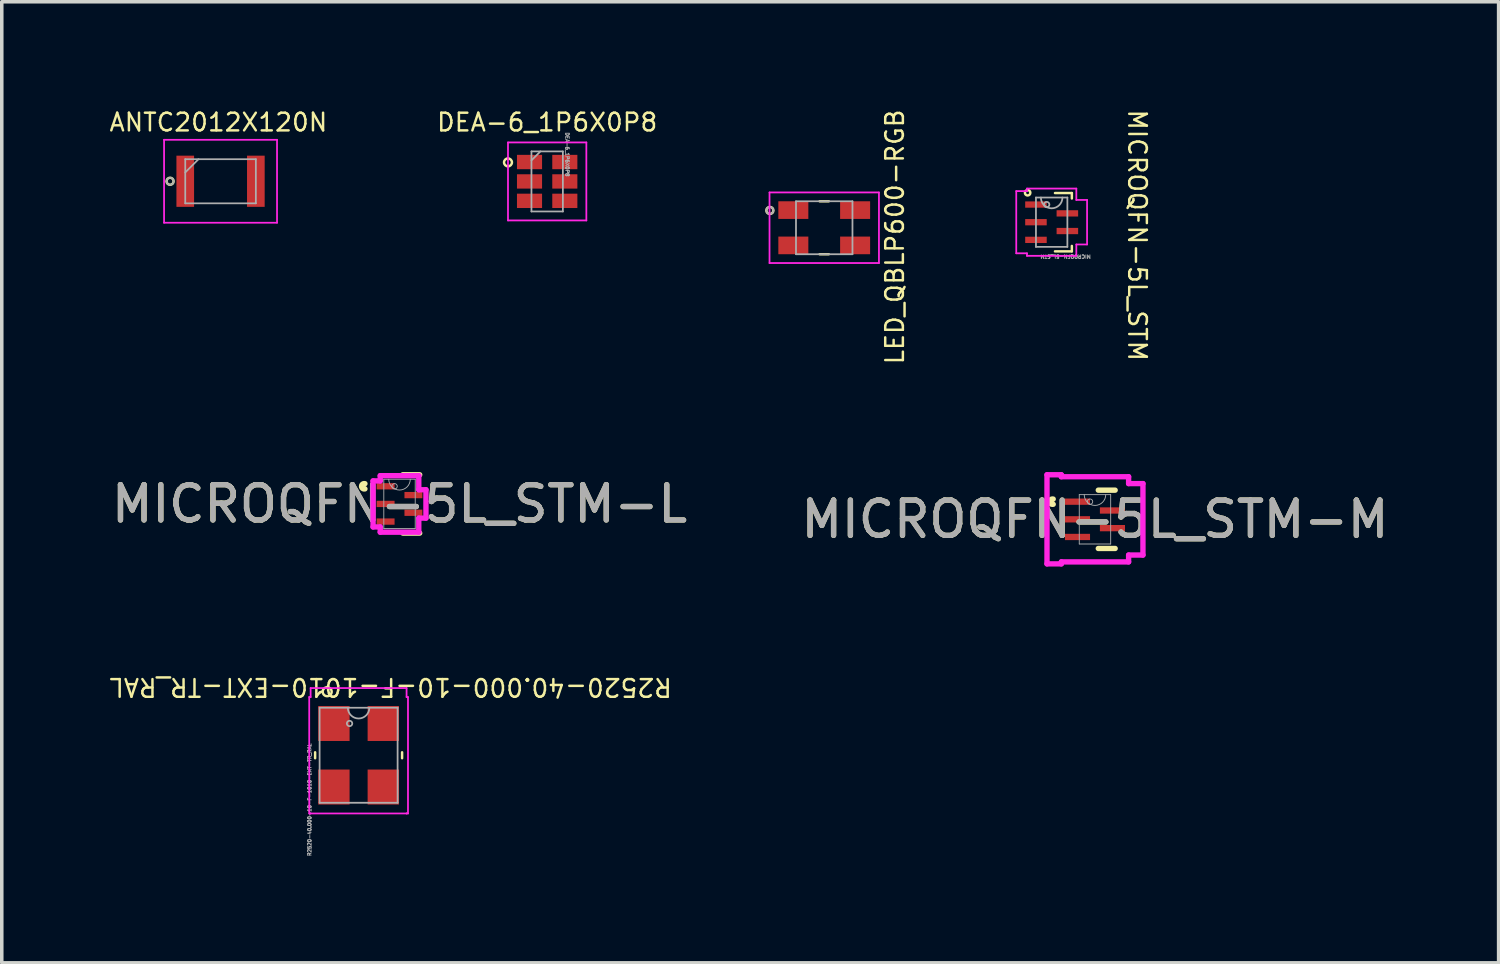
<source format=kicad_pcb>
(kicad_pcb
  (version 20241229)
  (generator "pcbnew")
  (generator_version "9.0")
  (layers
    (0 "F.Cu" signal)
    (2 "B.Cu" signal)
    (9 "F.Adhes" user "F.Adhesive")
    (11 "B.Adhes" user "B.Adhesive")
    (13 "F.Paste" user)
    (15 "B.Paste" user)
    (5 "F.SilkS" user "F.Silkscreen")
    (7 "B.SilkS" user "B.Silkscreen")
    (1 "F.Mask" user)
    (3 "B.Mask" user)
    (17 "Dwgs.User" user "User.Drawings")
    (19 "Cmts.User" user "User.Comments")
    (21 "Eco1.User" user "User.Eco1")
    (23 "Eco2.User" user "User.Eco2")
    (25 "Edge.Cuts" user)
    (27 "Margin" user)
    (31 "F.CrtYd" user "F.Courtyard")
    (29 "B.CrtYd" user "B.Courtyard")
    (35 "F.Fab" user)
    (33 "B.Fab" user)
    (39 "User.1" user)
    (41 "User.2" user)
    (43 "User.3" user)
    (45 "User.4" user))
  (footprint "ANTC2012X120N"
    (layer "F.Cu")
    (at 3.198 2.085)
    (property "Reference" "ANTC2012X120N" (at -0.06 -1.67 0) (unlocked yes) (layer "F.SilkS") (effects (font (size 0.5 0.5) (thickness 0.07))))
    (attr smd)
    (fp_circle (center -1.43 0) (end -1.33 0) (stroke (width 0.07) (type solid)) (fill no) (layer "F.SilkS"))
    (fp_line (start -1.6 -1.175) (end 1.6 -1.175) (stroke (width 0.05) (type solid)) (layer "F.CrtYd"))
    (fp_line (start -1.6 1.175) (end -1.6 -1.175) (stroke (width 0.05) (type solid)) (layer "F.CrtYd"))
    (fp_line (start 1.6 -1.175) (end 1.6 1.175) (stroke (width 0.05) (type solid)) (layer "F.CrtYd"))
    (fp_line (start 1.6 1.175) (end -1.6 1.175) (stroke (width 0.05) (type solid)) (layer "F.CrtYd"))
    (fp_line (start -1 -0.625) (end 1 -0.625) (stroke (width 0.05) (type solid)) (layer "F.Fab"))
    (fp_line (start -1 -0.25) (end -0.625 -0.625) (stroke (width 0.05) (type solid)) (layer "F.Fab"))
    (fp_line (start -1 0.625) (end -1 -0.625) (stroke (width 0.05) (type solid)) (layer "F.Fab"))
    (fp_line (start 1 -0.625) (end 1 0.625) (stroke (width 0.05) (type solid)) (layer "F.Fab"))
    (fp_line (start 1 0.625) (end -1 0.625) (stroke (width 0.05) (type solid)) (layer "F.Fab"))
    (fp_circle (center -1.43 0) (end -1.33 0) (stroke (width 0.05) (type solid)) (fill no) (layer "F.Fab"))
    (pad "1" smd rect (at -1 0) (size 0.5 1.45) (layers "F.Cu" "F.Mask" "F.Paste"))
    (pad "2" smd rect (at 1 0) (size 0.5 1.45) (layers "F.Cu" "F.Mask" "F.Paste")))
  (footprint "MICROQFN-5L_STM-L"
    (layer "F.Cu")
    (at 8.268 11.226)
    (property "Reference" "MICROQFN-5L_STM-L" (at 0 0 0) (unlocked yes) (layer "F.SilkS") (effects (font (size 1 1) (thickness 0.15))))
    (attr smd)
    (fp_line (start 0.094 0.826) (end 0.572 0.826) (stroke (width 0.152) (type solid)) (layer "F.SilkS"))
    (fp_line (start 0.572 -0.826) (end 0.094 -0.826) (stroke (width 0.152) (type solid)) (layer "F.SilkS"))
    (fp_arc (start -0.98044 -0.426171) (mid -1.0755 -0.5) (end -0.98044 -0.573829) (stroke (width 0.1524) (type solid)) (layer "F.SilkS"))
    (fp_line (start -0.749 -0.652) (end -0.546 -0.652) (stroke (width 0.152) (type solid)) (layer "F.CrtYd"))
    (fp_line (start -0.749 0.652) (end -0.749 -0.652) (stroke (width 0.152) (type solid)) (layer "F.CrtYd"))
    (fp_line (start -0.546 -0.8) (end 0.546 -0.8) (stroke (width 0.152) (type solid)) (layer "F.CrtYd"))
    (fp_line (start -0.546 -0.652) (end -0.546 -0.8) (stroke (width 0.152) (type solid)) (layer "F.CrtYd"))
    (fp_line (start -0.546 0.652) (end -0.749 0.652) (stroke (width 0.152) (type solid)) (layer "F.CrtYd"))
    (fp_line (start -0.546 0.8) (end -0.546 0.652) (stroke (width 0.152) (type solid)) (layer "F.CrtYd"))
    (fp_line (start 0.546 -0.8) (end 0.546 -0.402) (stroke (width 0.152) (type solid)) (layer "F.CrtYd"))
    (fp_line (start 0.546 -0.402) (end 0.749 -0.402) (stroke (width 0.152) (type solid)) (layer "F.CrtYd"))
    (fp_line (start 0.546 0.402) (end 0.546 0.8) (stroke (width 0.152) (type solid)) (layer "F.CrtYd"))
    (fp_line (start 0.546 0.8) (end -0.546 0.8) (stroke (width 0.152) (type solid)) (layer "F.CrtYd"))
    (fp_line (start 0.749 -0.402) (end 0.749 0.402) (stroke (width 0.152) (type solid)) (layer "F.CrtYd"))
    (fp_line (start 0.749 0.402) (end 0.546 0.402) (stroke (width 0.152) (type solid)) (layer "F.CrtYd"))
    (fp_line (start -0.445 -0.699) (end -0.445 0.699) (stroke (width 0.025) (type solid)) (layer "F.Fab"))
    (fp_line (start -0.445 0.699) (end 0.445 0.699) (stroke (width 0.025) (type solid)) (layer "F.Fab"))
    (fp_line (start 0.445 -0.699) (end -0.445 -0.699) (stroke (width 0.025) (type solid)) (layer "F.Fab"))
    (fp_line (start 0.445 0.699) (end 0.445 -0.699) (stroke (width 0.025) (type solid)) (layer "F.Fab"))
    (fp_arc (start 0.3048 -0.6985) (mid 0 -0.3937) (end -0.3048 -0.6985) (stroke (width 0.0254) (type solid)) (layer "F.Fab"))
    (fp_circle (center -0.14 -0.5) (end -0.064 -0.5) (stroke (width 0.025) (type solid)) (fill no) (layer "F.Fab"))
    (fp_text user "${REFERENCE}" (at 0 0 0) (unlocked yes) (layer "F.Fab") (effects (font (size 1 1) (thickness 0.15))))
    (pad "1" smd rect (at -0.394 -0.5) (size 0.508 0.178) (layers "F.Cu" "F.Mask" "F.Paste"))
    (pad "2" smd rect (at -0.394 0) (size 0.508 0.178) (layers "F.Cu" "F.Mask" "F.Paste"))
    (pad "3" smd rect (at -0.394 0.5) (size 0.508 0.178) (layers "F.Cu" "F.Mask" "F.Paste"))
    (pad "4" smd rect (at 0.394 0.25) (size 0.508 0.178) (layers "F.Cu" "F.Mask" "F.Paste"))
    (pad "5" smd rect (at 0.394 -0.25) (size 0.508 0.178) (layers "F.Cu" "F.Mask" "F.Paste")))
  (footprint "MICROQFN-5L_STM-M"
    (layer "F.Cu")
    (at 27.97 11.662)
    (property "Reference" "MICROQFN-5L_STM-M" (at 0 0 0) (unlocked yes) (layer "F.SilkS") (effects (font (size 1 1) (thickness 0.15))))
    (attr smd)
    (fp_line (start 0.094 0.826) (end 0.572 0.826) (stroke (width 0.152) (type solid)) (layer "F.SilkS"))
    (fp_line (start 0.572 -0.826) (end 0.094 -0.826) (stroke (width 0.152) (type solid)) (layer "F.SilkS"))
    (fp_arc (start -1.18364 -0.426171) (mid -1.2787 -0.5) (end -1.18364 -0.573829) (stroke (width 0.1524) (type solid)) (layer "F.SilkS"))
    (fp_line (start -1.359 -1.262) (end -0.953 -1.262) (stroke (width 0.152) (type solid)) (layer "F.CrtYd"))
    (fp_line (start -1.359 1.262) (end -1.359 -1.262) (stroke (width 0.152) (type solid)) (layer "F.CrtYd"))
    (fp_line (start -0.953 -1.262) (end -0.953 -1.206) (stroke (width 0.152) (type solid)) (layer "F.CrtYd"))
    (fp_line (start -0.953 -1.206) (end 0.953 -1.206) (stroke (width 0.152) (type solid)) (layer "F.CrtYd"))
    (fp_line (start -0.953 1.206) (end -0.953 1.262) (stroke (width 0.152) (type solid)) (layer "F.CrtYd"))
    (fp_line (start -0.953 1.262) (end -1.359 1.262) (stroke (width 0.152) (type solid)) (layer "F.CrtYd"))
    (fp_line (start 0.953 -1.206) (end 0.953 -1.012) (stroke (width 0.152) (type solid)) (layer "F.CrtYd"))
    (fp_line (start 0.953 -1.012) (end 1.359 -1.012) (stroke (width 0.152) (type solid)) (layer "F.CrtYd"))
    (fp_line (start 0.953 1.012) (end 0.953 1.206) (stroke (width 0.152) (type solid)) (layer "F.CrtYd"))
    (fp_line (start 0.953 1.206) (end -0.953 1.206) (stroke (width 0.152) (type solid)) (layer "F.CrtYd"))
    (fp_line (start 1.359 -1.012) (end 1.359 1.012) (stroke (width 0.152) (type solid)) (layer "F.CrtYd"))
    (fp_line (start 1.359 1.012) (end 0.953 1.012) (stroke (width 0.152) (type solid)) (layer "F.CrtYd"))
    (fp_line (start -0.445 -0.699) (end -0.445 0.699) (stroke (width 0.025) (type solid)) (layer "F.Fab"))
    (fp_line (start -0.445 0.699) (end 0.445 0.699) (stroke (width 0.025) (type solid)) (layer "F.Fab"))
    (fp_line (start 0.445 -0.699) (end -0.445 -0.699) (stroke (width 0.025) (type solid)) (layer "F.Fab"))
    (fp_line (start 0.445 0.699) (end 0.445 -0.699) (stroke (width 0.025) (type solid)) (layer "F.Fab"))
    (fp_arc (start 0.3048 -0.6985) (mid 0 -0.3937) (end -0.3048 -0.6985) (stroke (width 0.0254) (type solid)) (layer "F.Fab"))
    (fp_circle (center -0.14 -0.5) (end -0.064 -0.5) (stroke (width 0.025) (type solid)) (fill no) (layer "F.Fab"))
    (fp_text user "${REFERENCE}" (at 0 0 0) (unlocked yes) (layer "F.Fab") (effects (font (size 1 1) (thickness 0.15))))
    (pad "1" smd rect (at -0.495 -0.5) (size 0.711 0.178) (layers "F.Cu" "F.Mask" "F.Paste"))
    (pad "2" smd rect (at -0.495 0) (size 0.711 0.178) (layers "F.Cu" "F.Mask" "F.Paste"))
    (pad "3" smd rect (at -0.495 0.5) (size 0.711 0.178) (layers "F.Cu" "F.Mask" "F.Paste"))
    (pad "4" smd rect (at 0.495 0.25) (size 0.711 0.178) (layers "F.Cu" "F.Mask" "F.Paste"))
    (pad "5" smd rect (at 0.495 -0.25) (size 0.711 0.178) (layers "F.Cu" "F.Mask" "F.Paste")))
  (footprint "R2520-40.000-10-F-1010-EXT-TR_RAL"
    (layer "F.Cu")
    (at 7.109 18.346)
    (property "Reference" "R2520-40.000-10-F-1010-EXT-TR_RAL" (at 0.91 -1.93 180) (unlocked yes) (layer "F.SilkS") (effects (font (size 0.5 0.5) (thickness 0.07))))
    (attr smd)
    (fp_line (start -1.232 -0.084) (end -1.232 0.084) (stroke (width 0.07) (type solid)) (layer "F.SilkS"))
    (fp_line (start 1.232 0.084) (end 1.232 -0.084) (stroke (width 0.07) (type solid)) (layer "F.SilkS"))
    (fp_circle (center -0.89 -1.8) (end -0.763 -1.8) (stroke (width 0.07) (type solid)) (fill no) (layer "F.SilkS"))
    (fp_line (start -1.399 -1.649) (end -1.359 -1.649) (stroke (width 0.05) (type solid)) (layer "F.CrtYd"))
    (fp_line (start -1.399 1.649) (end -1.399 -1.649) (stroke (width 0.05) (type solid)) (layer "F.CrtYd"))
    (fp_line (start -1.399 1.649) (end -1.359 1.649) (stroke (width 0.05) (type solid)) (layer "F.CrtYd"))
    (fp_line (start -1.359 -1.903) (end 1.359 -1.903) (stroke (width 0.05) (type solid)) (layer "F.CrtYd"))
    (fp_line (start -1.359 -1.649) (end -1.359 -1.903) (stroke (width 0.05) (type solid)) (layer "F.CrtYd"))
    (fp_line (start -1.359 1.649) (end -1.359 1.649) (stroke (width 0.05) (type solid)) (layer "F.CrtYd"))
    (fp_line (start 1.359 -1.903) (end 1.359 -1.649) (stroke (width 0.05) (type solid)) (layer "F.CrtYd"))
    (fp_line (start 1.359 1.649) (end -1.359 1.649) (stroke (width 0.05) (type solid)) (layer "F.CrtYd"))
    (fp_line (start 1.359 1.649) (end 1.359 1.649) (stroke (width 0.05) (type solid)) (layer "F.CrtYd"))
    (fp_line (start 1.399 -1.649) (end 1.359 -1.649) (stroke (width 0.05) (type solid)) (layer "F.CrtYd"))
    (fp_line (start 1.399 -1.649) (end 1.399 1.649) (stroke (width 0.05) (type solid)) (layer "F.CrtYd"))
    (fp_line (start 1.399 1.649) (end 1.359 1.649) (stroke (width 0.05) (type solid)) (layer "F.CrtYd"))
    (fp_line (start -1.105 -1.346) (end -1.105 1.346) (stroke (width 0.05) (type solid)) (layer "F.Fab"))
    (fp_line (start -1.105 1.346) (end 1.105 1.346) (stroke (width 0.05) (type solid)) (layer "F.Fab"))
    (fp_line (start 1.105 -1.346) (end -1.105 -1.346) (stroke (width 0.05) (type solid)) (layer "F.Fab"))
    (fp_line (start 1.105 1.346) (end 1.105 -1.346) (stroke (width 0.05) (type solid)) (layer "F.Fab"))
    (fp_arc (start 0.3048 -1.3462) (mid 0 -1.0414) (end -0.3048 -1.3462) (stroke (width 0.05) (type solid)) (layer "F.Fab"))
    (fp_circle (center -0.256 -0.9) (end -0.179 -0.9) (stroke (width 0.05) (type solid)) (fill no) (layer "F.Fab"))
    (fp_text user "${REFERENCE}" (at -1.39 1.26 90) (unlocked yes) (layer "F.Fab") (effects (font (size 0.1 0.1) (thickness 0.05))))
    (pad "1" smd rect (at -0.7 -0.9) (size 0.889 0.991) (layers "F.Cu" "F.Mask" "F.Paste"))
    (pad "2" smd rect (at -0.7 0.9) (size 0.889 0.991) (layers "F.Cu" "F.Mask" "F.Paste"))
    (pad "3" smd rect (at 0.7 0.9) (size 0.889 0.991) (layers "F.Cu" "F.Mask" "F.Paste"))
    (pad "4" smd rect (at 0.7 -0.9) (size 0.889 0.991) (layers "F.Cu" "F.Mask" "F.Paste")))
  (footprint "MICROQFN-5L_STM"
    (layer "F.Cu")
    (at 26.743 3.245)
    (property "Reference" "MICROQFN-5L_STM" (at 2.425 0.37 270) (unlocked yes) (layer "F.SilkS") (effects (font (size 0.5 0.5) (thickness 0.07))))
    (attr smd)
    (fp_line (start 0.094 0.826) (end 0.572 0.826) (stroke (width 0.07) (type solid)) (layer "F.SilkS"))
    (fp_line (start 0.572 -0.826) (end 0.094 -0.826) (stroke (width 0.07) (type solid)) (layer "F.SilkS"))
    (fp_line (start 0.572 -0.672) (end 0.572 -0.826) (stroke (width 0.07) (type solid)) (layer "F.SilkS"))
    (fp_line (start 0.572 0.826) (end 0.572 0.672) (stroke (width 0.07) (type solid)) (layer "F.SilkS"))
    (fp_arc (start -0.66 -0.76) (mid -0.701232 -0.908338) (end -0.66 -0.76) (stroke (width 0.07) (type solid)) (layer "F.SilkS"))
    (fp_line (start -1.003 -0.881) (end -0.699 -0.881) (stroke (width 0.05) (type solid)) (layer "F.CrtYd"))
    (fp_line (start -1.003 0.881) (end -1.003 -0.881) (stroke (width 0.05) (type solid)) (layer "F.CrtYd"))
    (fp_line (start -0.699 -0.953) (end 0.699 -0.953) (stroke (width 0.05) (type solid)) (layer "F.CrtYd"))
    (fp_line (start -0.699 -0.881) (end -0.699 -0.953) (stroke (width 0.05) (type solid)) (layer "F.CrtYd"))
    (fp_line (start -0.699 0.881) (end -1.003 0.881) (stroke (width 0.05) (type solid)) (layer "F.CrtYd"))
    (fp_line (start -0.699 0.953) (end -0.699 0.881) (stroke (width 0.05) (type solid)) (layer "F.CrtYd"))
    (fp_line (start 0.699 -0.953) (end 0.699 -0.631) (stroke (width 0.05) (type solid)) (layer "F.CrtYd"))
    (fp_line (start 0.699 -0.631) (end 1.003 -0.631) (stroke (width 0.05) (type solid)) (layer "F.CrtYd"))
    (fp_line (start 0.699 0.631) (end 0.699 0.953) (stroke (width 0.05) (type solid)) (layer "F.CrtYd"))
    (fp_line (start 0.699 0.953) (end -0.699 0.953) (stroke (width 0.05) (type solid)) (layer "F.CrtYd"))
    (fp_line (start 1.003 -0.631) (end 1.003 0.631) (stroke (width 0.05) (type solid)) (layer "F.CrtYd"))
    (fp_line (start 1.003 0.631) (end 0.699 0.631) (stroke (width 0.05) (type solid)) (layer "F.CrtYd"))
    (fp_line (start -0.445 -0.699) (end -0.445 0.699) (stroke (width 0.05) (type solid)) (layer "F.Fab"))
    (fp_line (start -0.445 0.699) (end 0.445 0.699) (stroke (width 0.05) (type solid)) (layer "F.Fab"))
    (fp_line (start 0.445 -0.699) (end -0.445 -0.699) (stroke (width 0.05) (type solid)) (layer "F.Fab"))
    (fp_line (start 0.445 0.699) (end 0.445 -0.699) (stroke (width 0.05) (type solid)) (layer "F.Fab"))
    (fp_arc (start 0.3048 -0.6985) (mid 0 -0.3937) (end -0.3048 -0.6985) (stroke (width 0.05) (type solid)) (layer "F.Fab"))
    (fp_circle (center -0.14 -0.5) (end -0.064 -0.5) (stroke (width 0.05) (type solid)) (fill no) (layer "F.Fab"))
    (fp_text user "${REFERENCE}" (at 0.395 0.97 180) (unlocked yes) (layer "F.Fab") (effects (font (size 0.1 0.1) (thickness 0.025))))
    (pad "1" smd rect (at -0.445 -0.5) (size 0.61 0.178) (layers "F.Cu" "F.Mask" "F.Paste"))
    (pad "2" smd rect (at -0.445 0) (size 0.61 0.178) (layers "F.Cu" "F.Mask" "F.Paste"))
    (pad "3" smd rect (at -0.445 0.5) (size 0.61 0.178) (layers "F.Cu" "F.Mask" "F.Paste"))
    (pad "4" smd rect (at 0.445 0.25) (size 0.61 0.178) (layers "F.Cu" "F.Mask" "F.Paste"))
    (pad "5" smd rect (at 0.445 -0.25) (size 0.61 0.178) (layers "F.Cu" "F.Mask" "F.Paste")))
  (footprint "DEA-6_1P6X0P8"
    (layer "F.Cu")
    (at 12.451 2.09)
    (property "Reference" "DEA-6_1P6X0P8" (at 0 -1.675 0) (unlocked yes) (layer "F.SilkS") (effects (font (size 0.5 0.5) (thickness 0.07))))
    (attr smd)
    (fp_circle (center -1.11 -0.54) (end -1 -0.56) (stroke (width 0.07) (type default)) (fill no) (layer "F.SilkS"))
    (fp_line (start -1.11 -1.105) (end 1.11 -1.105) (stroke (width 0.05) (type solid)) (layer "F.CrtYd"))
    (fp_line (start -1.11 1.105) (end -1.11 -1.105) (stroke (width 0.05) (type solid)) (layer "F.CrtYd"))
    (fp_line (start 1.11 -1.105) (end 1.11 1.105) (stroke (width 0.05) (type solid)) (layer "F.CrtYd"))
    (fp_line (start 1.11 1.105) (end -1.11 1.105) (stroke (width 0.05) (type solid)) (layer "F.CrtYd"))
    (fp_line (start -0.445 -0.851) (end -0.445 0.851) (stroke (width 0.05) (type solid)) (layer "F.Fab"))
    (fp_line (start -0.445 0.851) (end 0.445 0.851) (stroke (width 0.05) (type solid)) (layer "F.Fab"))
    (fp_line (start -0.191 -0.851) (end -0.445 -0.597) (stroke (width 0.05) (type solid)) (layer "F.Fab"))
    (fp_line (start 0.445 -0.851) (end -0.445 -0.851) (stroke (width 0.05) (type solid)) (layer "F.Fab"))
    (fp_line (start 0.445 0.851) (end 0.445 -0.851) (stroke (width 0.05) (type solid)) (layer "F.Fab"))
    (fp_text user "${REFERENCE}" (at 0.57 -0.765 270) (unlocked yes) (layer "F.Fab") (effects (font (size 0.1 0.1) (thickness 0.025))))
    (pad "1" smd rect (at -0.5 -0.55) (size 0.711 0.406) (layers "F.Cu" "F.Mask" "F.Paste"))
    (pad "2" smd rect (at -0.5 0) (size 0.711 0.406) (layers "F.Cu" "F.Mask" "F.Paste"))
    (pad "3" smd rect (at -0.5 0.55) (size 0.711 0.406) (layers "F.Cu" "F.Mask" "F.Paste"))
    (pad "4" smd rect (at 0.5 0.55) (size 0.711 0.406) (layers "F.Cu" "F.Mask" "F.Paste"))
    (pad "5" smd rect (at 0.5 0) (size 0.711 0.406) (layers "F.Cu" "F.Mask" "F.Paste"))
    (pad "6" smd rect (at 0.5 -0.55) (size 0.711 0.406) (layers "F.Cu" "F.Mask" "F.Paste")))
  (footprint "LED_QBLP600-RGB"
    (layer "F.Cu")
    (at 20.3 3.402)
    (property "Reference" "LED_QBLP600-RGB" (at 2 0.26 90) (unlocked yes) (layer "F.SilkS") (effects (font (size 0.5 0.5) (thickness 0.07))))
    (attr smd)
    (fp_line (start -0.13 -0.75) (end 0.13 -0.75) (stroke (width 0.07) (type solid)) (layer "F.SilkS"))
    (fp_line (start -0.13 0.75) (end 0.13 0.75) (stroke (width 0.07) (type solid)) (layer "F.SilkS"))
    (fp_circle (center -1.54 -0.49) (end -1.44 -0.49) (stroke (width 0.07) (type solid)) (fill no) (layer "F.SilkS"))
    (fp_line (start -1.55 -1) (end 1.55 -1) (stroke (width 0.05) (type solid)) (layer "F.CrtYd"))
    (fp_line (start -1.55 1) (end -1.55 -1) (stroke (width 0.05) (type solid)) (layer "F.CrtYd"))
    (fp_line (start 1.55 -1) (end 1.55 1) (stroke (width 0.05) (type solid)) (layer "F.CrtYd"))
    (fp_line (start 1.55 1) (end -1.55 1) (stroke (width 0.05) (type solid)) (layer "F.CrtYd"))
    (fp_line (start -0.8 -0.75) (end 0.8 -0.75) (stroke (width 0.05) (type solid)) (layer "F.Fab"))
    (fp_line (start -0.8 0.75) (end -0.8 -0.75) (stroke (width 0.05) (type solid)) (layer "F.Fab"))
    (fp_line (start 0.8 -0.75) (end 0.8 0.75) (stroke (width 0.05) (type solid)) (layer "F.Fab"))
    (fp_line (start 0.8 0.75) (end -0.8 0.75) (stroke (width 0.05) (type solid)) (layer "F.Fab"))
    (fp_circle (center -1.54 -0.49) (end -1.44 -0.49) (stroke (width 0.05) (type solid)) (fill no) (layer "F.Fab"))
    (pad "1" smd rect (at -0.875 -0.5) (size 0.85 0.5) (layers "F.Cu" "F.Mask" "F.Paste"))
    (pad "2" smd rect (at 0.875 -0.5) (size 0.85 0.5) (layers "F.Cu" "F.Mask" "F.Paste"))
    (pad "3" smd rect (at -0.875 0.5) (size 0.85 0.5) (layers "F.Cu" "F.Mask" "F.Paste"))
    (pad "4" smd rect (at 0.875 0.5) (size 0.85 0.5) (layers "F.Cu" "F.Mask" "F.Paste")))
  (gr_rect
    (start -3 -3)
    (end 39.405 24.226)
    (stroke (width 0.1) (type default))
    (fill no)
    (layer "Edge.Cuts")))
</source>
